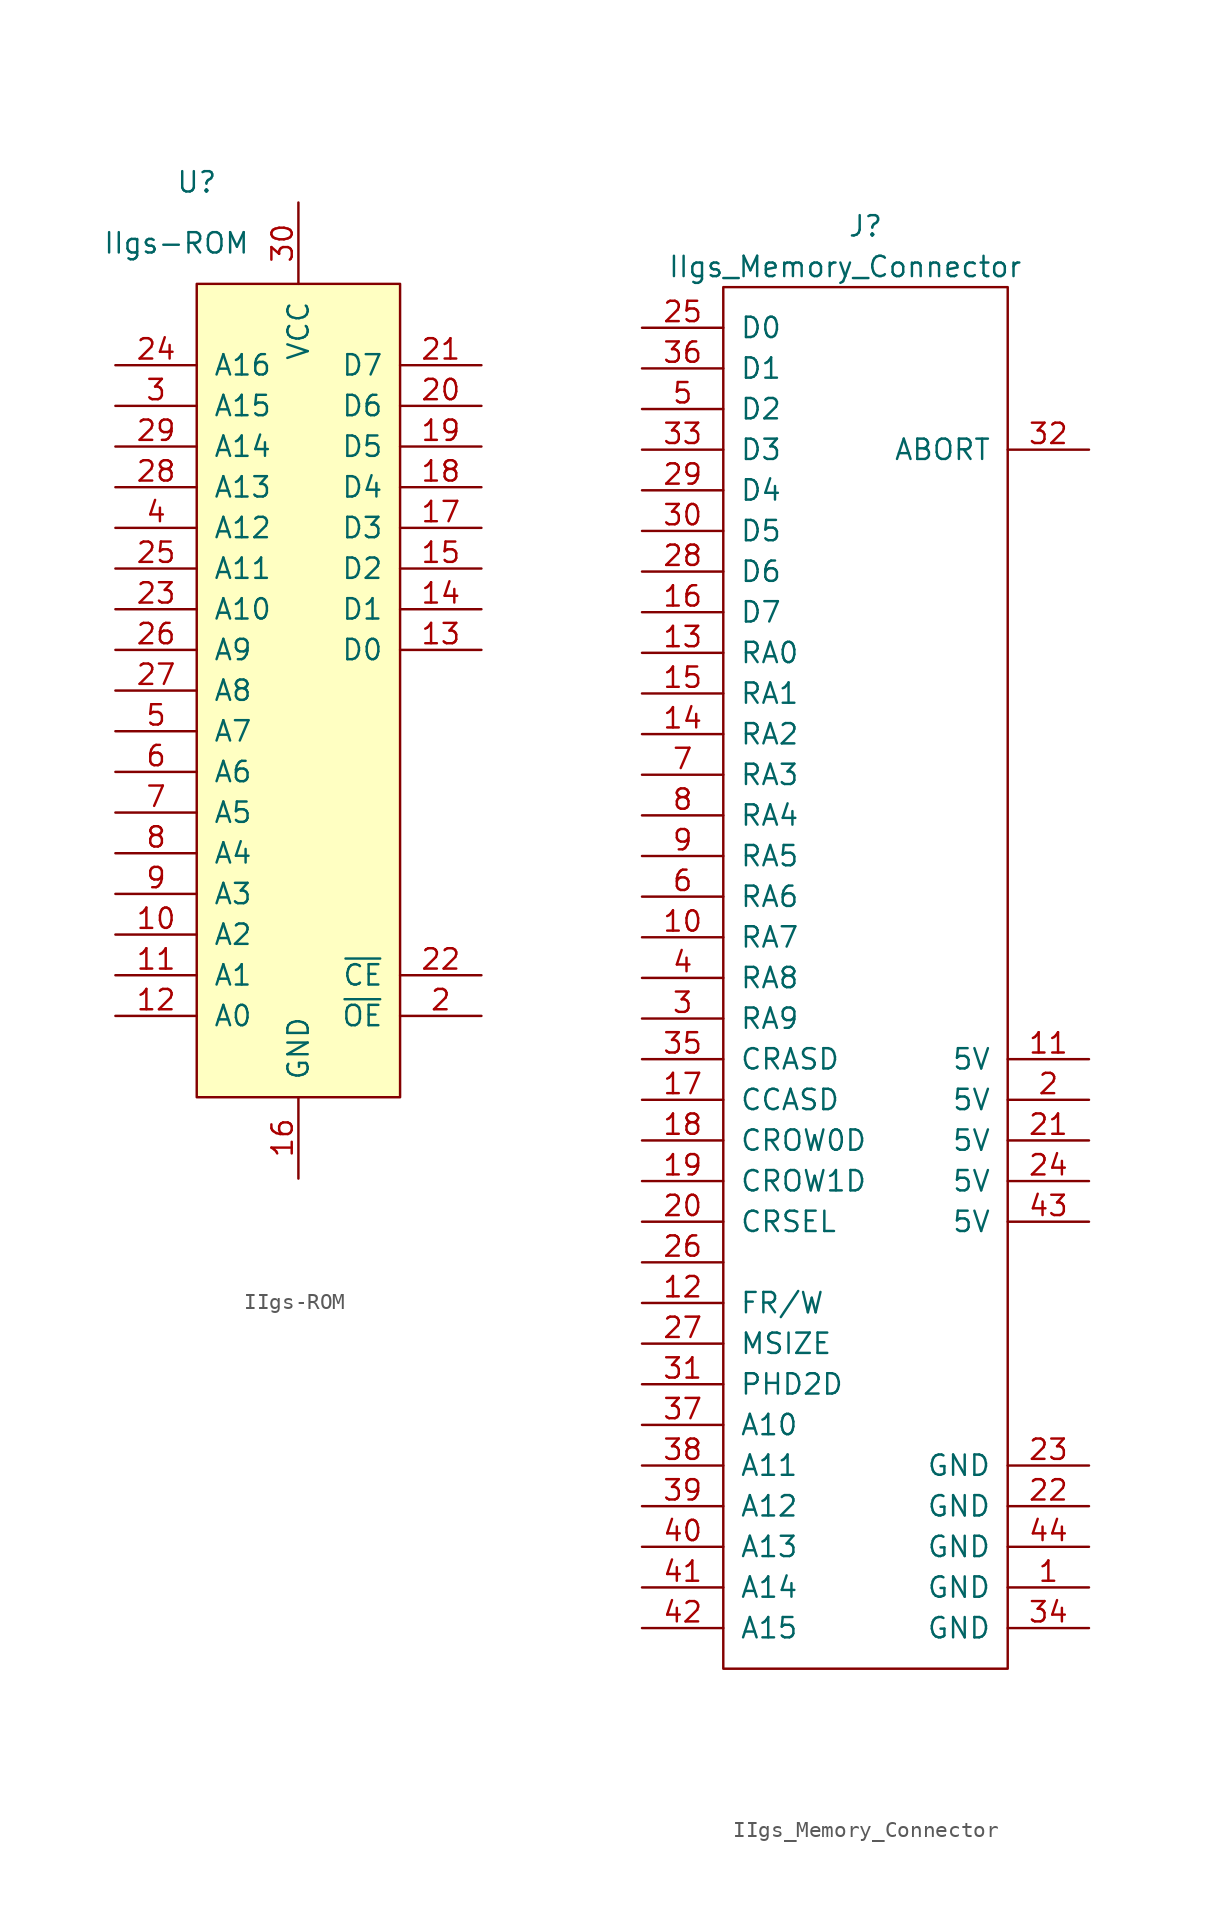
<source format=kicad_sym>
(kicad_symbol_lib
  (version 20211014)
  (generator kicad_symbol_editor)
  (symbol "IIgs-ROM"
    (pin_names
      (offset 1.016))
    (property "Reference" "U"
      (at -6.35 29.21 0)
      (effects (font (size 1.27 1.27))))
    (property "Value" "IIgs-ROM"
      (at -7.62 25.4 0)
      (effects (font (size 1.27 1.27))))
    (symbol "IIgs-ROM_0_0"
      (rectangle (start -6.35 22.86) (end 6.35 -27.94) (stroke (width 0) (type default) (color 0 0 0 0)) (fill (type background))))
    (symbol "IIgs-ROM_1_1"
      (pin input line (at -11.43 -17.78 0) (length 5.08) (name "A2" (effects (font (size 1.27 1.27)))) (number "10" (effects (font (size 1.27 1.27)))))
      (pin input line (at -11.43 -20.32 0) (length 5.08) (name "A1" (effects (font (size 1.27 1.27)))) (number "11" (effects (font (size 1.27 1.27)))))
      (pin input line (at -11.43 -22.86 0) (length 5.08) (name "A0" (effects (font (size 1.27 1.27)))) (number "12" (effects (font (size 1.27 1.27)))))
      (pin input line (at 11.43 0 180) (length 5.08) (name "D0" (effects (font (size 1.27 1.27)))) (number "13" (effects (font (size 1.27 1.27)))))
      (pin input line (at 11.43 2.54 180) (length 5.08) (name "D1" (effects (font (size 1.27 1.27)))) (number "14" (effects (font (size 1.27 1.27)))))
      (pin input line (at 11.43 5.08 180) (length 5.08) (name "D2" (effects (font (size 1.27 1.27)))) (number "15" (effects (font (size 1.27 1.27)))))
      (pin input line (at 0 -33.02 90) (length 5.08) (name "GND" (effects (font (size 1.27 1.27)))) (number "16" (effects (font (size 1.27 1.27)))))
      (pin input line (at 11.43 7.62 180) (length 5.08) (name "D3" (effects (font (size 1.27 1.27)))) (number "17" (effects (font (size 1.27 1.27)))))
      (pin input line (at 11.43 10.16 180) (length 5.08) (name "D4" (effects (font (size 1.27 1.27)))) (number "18" (effects (font (size 1.27 1.27)))))
      (pin input line (at 11.43 12.7 180) (length 5.08) (name "D5" (effects (font (size 1.27 1.27)))) (number "19" (effects (font (size 1.27 1.27)))))
      (pin input line (at 11.43 -22.86 180) (length 5.08) (name "~{OE}" (effects (font (size 1.27 1.27)))) (number "2" (effects (font (size 1.27 1.27)))))
      (pin input line (at 11.43 15.24 180) (length 5.08) (name "D6" (effects (font (size 1.27 1.27)))) (number "20" (effects (font (size 1.27 1.27)))))
      (pin input line (at 11.43 17.78 180) (length 5.08) (name "D7" (effects (font (size 1.27 1.27)))) (number "21" (effects (font (size 1.27 1.27)))))
      (pin input line (at 11.43 -20.32 180) (length 5.08) (name "~{CE}" (effects (font (size 1.27 1.27)))) (number "22" (effects (font (size 1.27 1.27)))))
      (pin input line (at -11.43 2.54 0) (length 5.08) (name "A10" (effects (font (size 1.27 1.27)))) (number "23" (effects (font (size 1.27 1.27)))))
      (pin input line (at -11.43 17.78 0) (length 5.08) (name "A16" (effects (font (size 1.27 1.27)))) (number "24" (effects (font (size 1.27 1.27)))))
      (pin input line (at -11.43 5.08 0) (length 5.08) (name "A11" (effects (font (size 1.27 1.27)))) (number "25" (effects (font (size 1.27 1.27)))))
      (pin input line (at -11.43 0 0) (length 5.08) (name "A9" (effects (font (size 1.27 1.27)))) (number "26" (effects (font (size 1.27 1.27)))))
      (pin input line (at -11.43 -2.54 0) (length 5.08) (name "A8" (effects (font (size 1.27 1.27)))) (number "27" (effects (font (size 1.27 1.27)))))
      (pin input line (at -11.43 10.16 0) (length 5.08) (name "A13" (effects (font (size 1.27 1.27)))) (number "28" (effects (font (size 1.27 1.27)))))
      (pin input line (at -11.43 12.7 0) (length 5.08) (name "A14" (effects (font (size 1.27 1.27)))) (number "29" (effects (font (size 1.27 1.27)))))
      (pin input line (at -11.43 15.24 0) (length 5.08) (name "A15" (effects (font (size 1.27 1.27)))) (number "3" (effects (font (size 1.27 1.27)))))
      (pin input line (at 0 27.94 270) (length 5.08) (name "VCC" (effects (font (size 1.27 1.27)))) (number "30" (effects (font (size 1.27 1.27)))))
      (pin input line (at -11.43 7.62 0) (length 5.08) (name "A12" (effects (font (size 1.27 1.27)))) (number "4" (effects (font (size 1.27 1.27)))))
      (pin input line (at -11.43 -5.08 0) (length 5.08) (name "A7" (effects (font (size 1.27 1.27)))) (number "5" (effects (font (size 1.27 1.27)))))
      (pin input line (at -11.43 -7.62 0) (length 5.08) (name "A6" (effects (font (size 1.27 1.27)))) (number "6" (effects (font (size 1.27 1.27)))))
      (pin input line (at -11.43 -10.16 0) (length 5.08) (name "A5" (effects (font (size 1.27 1.27)))) (number "7" (effects (font (size 1.27 1.27)))))
      (pin input line (at -11.43 -12.7 0) (length 5.08) (name "A4" (effects (font (size 1.27 1.27)))) (number "8" (effects (font (size 1.27 1.27)))))
      (pin input line (at -11.43 -15.24 0) (length 5.08) (name "A3" (effects (font (size 1.27 1.27)))) (number "9" (effects (font (size 1.27 1.27)))))))
  (symbol "IIgs_Memory_Connector"
    (pin_names
      (offset 1.016))
    (property "Reference" "J"
      (at 8.89 1.27 0)
      (effects (font (size 1.27 1.27))))
    (property "Value" "IIgs_Memory_Connector"
      (at 7.62 -1.27 0)
      (effects (font (size 1.27 1.27))))
    (symbol "IIgs_Memory_Connector_0_1"
      (rectangle (start 0 -2.54) (end 17.78 -88.9) (stroke (width 0) (type default) (color 0 0 0 0)) (fill (type none))))
    (symbol "IIgs_Memory_Connector_1_1"
      (pin passive line (at 22.86 -83.82 180) (length 5.08) (name "GND" (effects (font (size 1.27 1.27)))) (number "1" (effects (font (size 1.27 1.27)))))
      (pin passive line (at -5.08 -43.18 0) (length 5.08) (name "RA7" (effects (font (size 1.27 1.27)))) (number "10" (effects (font (size 1.27 1.27)))))
      (pin passive line (at 22.86 -50.8 180) (length 5.08) (name "5V" (effects (font (size 1.27 1.27)))) (number "11" (effects (font (size 1.27 1.27)))))
      (pin passive line (at -5.08 -66.04 0) (length 5.08) (name "FR/W" (effects (font (size 1.27 1.27)))) (number "12" (effects (font (size 1.27 1.27)))))
      (pin passive line (at -5.08 -25.4 0) (length 5.08) (name "RA0" (effects (font (size 1.27 1.27)))) (number "13" (effects (font (size 1.27 1.27)))))
      (pin passive line (at -5.08 -30.48 0) (length 5.08) (name "RA2" (effects (font (size 1.27 1.27)))) (number "14" (effects (font (size 1.27 1.27)))))
      (pin passive line (at -5.08 -27.94 0) (length 5.08) (name "RA1" (effects (font (size 1.27 1.27)))) (number "15" (effects (font (size 1.27 1.27)))))
      (pin passive line (at -5.08 -22.86 0) (length 5.08) (name "D7" (effects (font (size 1.27 1.27)))) (number "16" (effects (font (size 1.27 1.27)))))
      (pin passive line (at -5.08 -53.34 0) (length 5.08) (name "CCASD" (effects (font (size 1.27 1.27)))) (number "17" (effects (font (size 1.27 1.27)))))
      (pin passive line (at -5.08 -55.88 0) (length 5.08) (name "CROW0D" (effects (font (size 1.27 1.27)))) (number "18" (effects (font (size 1.27 1.27)))))
      (pin passive line (at -5.08 -58.42 0) (length 5.08) (name "CROW1D" (effects (font (size 1.27 1.27)))) (number "19" (effects (font (size 1.27 1.27)))))
      (pin passive line (at 22.86 -53.34 180) (length 5.08) (name "5V" (effects (font (size 1.27 1.27)))) (number "2" (effects (font (size 1.27 1.27)))))
      (pin passive line (at -5.08 -60.96 0) (length 5.08) (name "CRSEL" (effects (font (size 1.27 1.27)))) (number "20" (effects (font (size 1.27 1.27)))))
      (pin passive line (at 22.86 -55.88 180) (length 5.08) (name "5V" (effects (font (size 1.27 1.27)))) (number "21" (effects (font (size 1.27 1.27)))))
      (pin passive line (at 22.86 -78.74 180) (length 5.08) (name "GND" (effects (font (size 1.27 1.27)))) (number "22" (effects (font (size 1.27 1.27)))))
      (pin passive line (at 22.86 -76.2 180) (length 5.08) (name "GND" (effects (font (size 1.27 1.27)))) (number "23" (effects (font (size 1.27 1.27)))))
      (pin passive line (at 22.86 -58.42 180) (length 5.08) (name "5V" (effects (font (size 1.27 1.27)))) (number "24" (effects (font (size 1.27 1.27)))))
      (pin passive line (at -5.08 -5.08 0) (length 5.08) (name "D0" (effects (font (size 1.27 1.27)))) (number "25" (effects (font (size 1.27 1.27)))))
      (pin passive line (at -5.08 -63.5 0) (length 5.08) (name "~" (effects (font (size 1.27 1.27)))) (number "26" (effects (font (size 1.27 1.27)))))
      (pin passive line (at -5.08 -68.58 0) (length 5.08) (name "MSIZE" (effects (font (size 1.27 1.27)))) (number "27" (effects (font (size 1.27 1.27)))))
      (pin passive line (at -5.08 -20.32 0) (length 5.08) (name "D6" (effects (font (size 1.27 1.27)))) (number "28" (effects (font (size 1.27 1.27)))))
      (pin passive line (at -5.08 -15.24 0) (length 5.08) (name "D4" (effects (font (size 1.27 1.27)))) (number "29" (effects (font (size 1.27 1.27)))))
      (pin passive line (at -5.08 -48.26 0) (length 5.08) (name "RA9" (effects (font (size 1.27 1.27)))) (number "3" (effects (font (size 1.27 1.27)))))
      (pin passive line (at -5.08 -17.78 0) (length 5.08) (name "D5" (effects (font (size 1.27 1.27)))) (number "30" (effects (font (size 1.27 1.27)))))
      (pin passive line (at -5.08 -71.12 0) (length 5.08) (name "PHD2D" (effects (font (size 1.27 1.27)))) (number "31" (effects (font (size 1.27 1.27)))))
      (pin passive line (at 22.86 -12.7 180) (length 5.08) (name "ABORT" (effects (font (size 1.27 1.27)))) (number "32" (effects (font (size 1.27 1.27)))))
      (pin passive line (at -5.08 -12.7 0) (length 5.08) (name "D3" (effects (font (size 1.27 1.27)))) (number "33" (effects (font (size 1.27 1.27)))))
      (pin passive line (at 22.86 -86.36 180) (length 5.08) (name "GND" (effects (font (size 1.27 1.27)))) (number "34" (effects (font (size 1.27 1.27)))))
      (pin passive line (at -5.08 -50.8 0) (length 5.08) (name "CRASD" (effects (font (size 1.27 1.27)))) (number "35" (effects (font (size 1.27 1.27)))))
      (pin passive line (at -5.08 -7.62 0) (length 5.08) (name "D1" (effects (font (size 1.27 1.27)))) (number "36" (effects (font (size 1.27 1.27)))))
      (pin passive line (at -5.08 -73.66 0) (length 5.08) (name "A10" (effects (font (size 1.27 1.27)))) (number "37" (effects (font (size 1.27 1.27)))))
      (pin passive line (at -5.08 -76.2 0) (length 5.08) (name "A11" (effects (font (size 1.27 1.27)))) (number "38" (effects (font (size 1.27 1.27)))))
      (pin passive line (at -5.08 -78.74 0) (length 5.08) (name "A12" (effects (font (size 1.27 1.27)))) (number "39" (effects (font (size 1.27 1.27)))))
      (pin passive line (at -5.08 -45.72 0) (length 5.08) (name "RA8" (effects (font (size 1.27 1.27)))) (number "4" (effects (font (size 1.27 1.27)))))
      (pin passive line (at -5.08 -81.28 0) (length 5.08) (name "A13" (effects (font (size 1.27 1.27)))) (number "40" (effects (font (size 1.27 1.27)))))
      (pin passive line (at -5.08 -83.82 0) (length 5.08) (name "A14" (effects (font (size 1.27 1.27)))) (number "41" (effects (font (size 1.27 1.27)))))
      (pin passive line (at -5.08 -86.36 0) (length 5.08) (name "A15" (effects (font (size 1.27 1.27)))) (number "42" (effects (font (size 1.27 1.27)))))
      (pin passive line (at 22.86 -60.96 180) (length 5.08) (name "5V" (effects (font (size 1.27 1.27)))) (number "43" (effects (font (size 1.27 1.27)))))
      (pin passive line (at 22.86 -81.28 180) (length 5.08) (name "GND" (effects (font (size 1.27 1.27)))) (number "44" (effects (font (size 1.27 1.27)))))
      (pin passive line (at -5.08 -10.16 0) (length 5.08) (name "D2" (effects (font (size 1.27 1.27)))) (number "5" (effects (font (size 1.27 1.27)))))
      (pin passive line (at -5.08 -40.64 0) (length 5.08) (name "RA6" (effects (font (size 1.27 1.27)))) (number "6" (effects (font (size 1.27 1.27)))))
      (pin passive line (at -5.08 -33.02 0) (length 5.08) (name "RA3" (effects (font (size 1.27 1.27)))) (number "7" (effects (font (size 1.27 1.27)))))
      (pin passive line (at -5.08 -35.56 0) (length 5.08) (name "RA4" (effects (font (size 1.27 1.27)))) (number "8" (effects (font (size 1.27 1.27)))))
      (pin passive line (at -5.08 -38.1 0) (length 5.08) (name "RA5" (effects (font (size 1.27 1.27)))) (number "9" (effects (font (size 1.27 1.27))))))))
</source>
